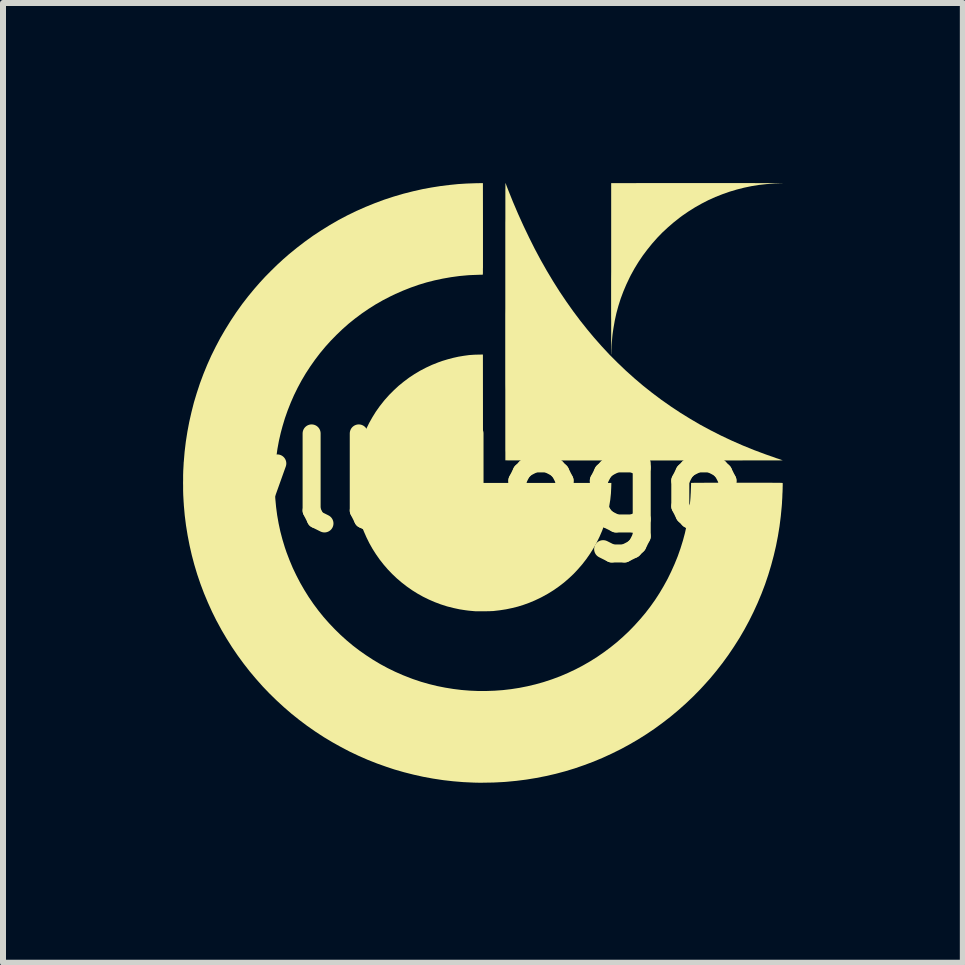
<source format=kicad_pcb>
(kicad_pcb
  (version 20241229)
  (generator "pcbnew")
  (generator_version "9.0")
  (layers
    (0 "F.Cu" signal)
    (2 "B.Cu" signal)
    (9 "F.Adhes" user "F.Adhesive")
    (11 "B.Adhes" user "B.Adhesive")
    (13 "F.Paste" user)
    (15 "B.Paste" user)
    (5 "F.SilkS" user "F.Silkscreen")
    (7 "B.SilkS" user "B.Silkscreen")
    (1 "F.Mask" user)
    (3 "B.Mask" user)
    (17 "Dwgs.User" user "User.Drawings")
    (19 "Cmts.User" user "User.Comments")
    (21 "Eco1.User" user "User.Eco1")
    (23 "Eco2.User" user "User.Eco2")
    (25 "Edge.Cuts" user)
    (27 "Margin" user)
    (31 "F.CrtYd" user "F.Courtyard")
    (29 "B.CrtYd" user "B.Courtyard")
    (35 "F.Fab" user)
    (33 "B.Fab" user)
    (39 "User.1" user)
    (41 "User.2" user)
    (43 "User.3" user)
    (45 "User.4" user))
  (footprint "vll_logo"
    (layer "F.Cu")
    (at 4.999 4.993)
    (property "Reference" "vll_logo" (at 0 0 0) (layer "F.SilkS") (effects (font (size 1.5 1.5) (thickness 0.3))))
    (attr board_only exclude_from_pos_files exclude_from_bom)
    (fp_poly (pts (xy 4.224 -4.993) (xy 4.315 -4.993) (xy 4.4 -4.993) (xy 4.479 -4.993) (xy 4.552 -4.992) (xy 4.62 -4.992) (xy 4.682 -4.992) (xy 4.738 -4.992) (xy 4.789 -4.992) (xy 4.834 -4.992) (xy 4.873 -4.992) (xy 4.906 -4.992) (xy 4.934 -4.991) (xy 4.956 -4.991) (xy 4.973 -4.991) (xy 4.984 -4.991) (xy 4.989 -4.991) (xy 4.989 -4.99) (xy 4.986 -4.989) (xy 4.978 -4.988) (xy 4.965 -4.988) (xy 4.948 -4.988) (xy 4.944 -4.988) (xy 4.907 -4.987) (xy 4.866 -4.986) (xy 4.822 -4.983) (xy 4.775 -4.98) (xy 4.729 -4.976) (xy 4.725 -4.976) (xy 4.598 -4.962) (xy 4.473 -4.942) (xy 4.349 -4.916) (xy 4.227 -4.885) (xy 4.106 -4.849) (xy 3.987 -4.807) (xy 3.87 -4.761) (xy 3.755 -4.709) (xy 3.642 -4.651) (xy 3.532 -4.589) (xy 3.425 -4.522) (xy 3.32 -4.45) (xy 3.277 -4.418) (xy 3.177 -4.339) (xy 3.081 -4.256) (xy 2.988 -4.17) (xy 2.9 -4.079) (xy 2.816 -3.984) (xy 2.737 -3.886) (xy 2.661 -3.785) (xy 2.59 -3.68) (xy 2.524 -3.572) (xy 2.463 -3.462) (xy 2.44 -3.416) (xy 2.385 -3.3) (xy 2.336 -3.184) (xy 2.292 -3.066) (xy 2.254 -2.946) (xy 2.221 -2.825) (xy 2.194 -2.702) (xy 2.172 -2.576) (xy 2.163 -2.517) (xy 2.157 -2.472) (xy 2.152 -2.424) (xy 2.148 -2.375) (xy 2.144 -2.327) (xy 2.141 -2.279) (xy 2.14 -2.235) (xy 2.139 -2.194) (xy 2.139 -2.182) (xy 2.138 -2.164) (xy 2.138 -2.15) (xy 2.137 -2.141) (xy 2.136 -2.137) (xy 2.136 -2.137) (xy 2.135 -2.14) (xy 2.135 -2.149) (xy 2.135 -2.163) (xy 2.135 -2.183) (xy 2.135 -2.208) (xy 2.134 -2.24) (xy 2.134 -2.277) (xy 2.134 -2.32) (xy 2.134 -2.368) (xy 2.134 -2.422) (xy 2.134 -2.482) (xy 2.134 -2.548) (xy 2.134 -2.619) (xy 2.134 -2.696) (xy 2.133 -2.779) (xy 2.133 -2.867) (xy 2.133 -2.961) (xy 2.133 -3.061) (xy 2.133 -3.166) (xy 2.133 -3.277) (xy 2.133 -3.394) (xy 2.134 -3.517) (xy 2.134 -3.564) (xy 2.134 -4.992) (xy 3.562 -4.993) (xy 3.686 -4.993) (xy 3.805 -4.993) (xy 3.919 -4.993) (xy 4.026 -4.993) (xy 4.128 -4.993)) (stroke (width 0) (type solid)) (fill yes) (layer "F.SilkS"))
    (fp_poly (pts (xy -0.002 -1.066) (xy -0.001 0.003) (xy 1.068 0.003) (xy 2.137 0.003) (xy 2.135 0.075) (xy 2.13 0.179) (xy 2.119 0.284) (xy 2.102 0.388) (xy 2.081 0.493) (xy 2.053 0.596) (xy 2.021 0.698) (xy 1.983 0.8) (xy 1.94 0.9) (xy 1.892 0.998) (xy 1.839 1.092) (xy 1.781 1.184) (xy 1.719 1.273) (xy 1.653 1.358) (xy 1.582 1.44) (xy 1.508 1.519) (xy 1.429 1.593) (xy 1.347 1.664) (xy 1.261 1.73) (xy 1.172 1.792) (xy 1.08 1.849) (xy 0.984 1.902) (xy 0.955 1.917) (xy 0.862 1.961) (xy 0.769 2) (xy 0.675 2.034) (xy 0.579 2.064) (xy 0.482 2.088) (xy 0.382 2.109) (xy 0.279 2.125) (xy 0.175 2.137) (xy 0.167 2.138) (xy 0.153 2.138) (xy 0.136 2.139) (xy 0.115 2.14) (xy 0.091 2.14) (xy 0.066 2.141) (xy 0.039 2.141) (xy 0.012 2.141) (xy -0.014 2.142) (xy -0.039 2.142) (xy -0.063 2.142) (xy -0.084 2.142) (xy -0.102 2.142) (xy -0.115 2.142) (xy -0.124 2.141) (xy -0.126 2.141) (xy -0.133 2.141) (xy -0.144 2.14) (xy -0.158 2.139) (xy -0.174 2.137) (xy -0.178 2.137) (xy -0.212 2.134) (xy -0.25 2.13) (xy -0.289 2.125) (xy -0.329 2.119) (xy -0.367 2.113) (xy -0.388 2.11) (xy -0.495 2.087) (xy -0.601 2.06) (xy -0.704 2.027) (xy -0.805 1.989) (xy -0.904 1.946) (xy -1 1.899) (xy -1.093 1.847) (xy -1.184 1.79) (xy -1.271 1.729) (xy -1.355 1.664) (xy -1.436 1.595) (xy -1.513 1.522) (xy -1.587 1.445) (xy -1.657 1.364) (xy -1.723 1.28) (xy -1.784 1.193) (xy -1.842 1.102) (xy -1.895 1.008) (xy -1.943 0.911) (xy -1.987 0.811) (xy -2.026 0.709) (xy -2.036 0.679) (xy -2.067 0.58) (xy -2.092 0.48) (xy -2.112 0.381) (xy -2.128 0.28) (xy -2.138 0.178) (xy -2.144 0.074) (xy -2.145 -0.033) (xy -2.144 -0.067) (xy -2.138 -0.175) (xy -2.127 -0.282) (xy -2.11 -0.389) (xy -2.087 -0.494) (xy -2.06 -0.598) (xy -2.027 -0.701) (xy -1.989 -0.802) (xy -1.945 -0.901) (xy -1.897 -0.998) (xy -1.844 -1.092) (xy -1.787 -1.184) (xy -1.724 -1.273) (xy -1.657 -1.358) (xy -1.639 -1.38) (xy -1.565 -1.463) (xy -1.487 -1.541) (xy -1.406 -1.616) (xy -1.321 -1.685) (xy -1.233 -1.751) (xy -1.142 -1.811) (xy -1.048 -1.867) (xy -0.95 -1.918) (xy -0.851 -1.964) (xy -0.748 -2.005) (xy -0.681 -2.029) (xy -0.591 -2.056) (xy -0.501 -2.08) (xy -0.411 -2.1) (xy -0.321 -2.115) (xy -0.233 -2.127) (xy -0.147 -2.133) (xy -0.07 -2.135) (xy -0.003 -2.136)) (stroke (width 0) (type solid)) (fill yes) (layer "F.SilkS"))
    (fp_poly (pts (xy 0.375 -4.991) (xy 0.375 -4.991) (xy 0.376 -4.987) (xy 0.379 -4.979) (xy 0.384 -4.967) (xy 0.389 -4.952) (xy 0.396 -4.934) (xy 0.404 -4.913) (xy 0.413 -4.891) (xy 0.413 -4.89) (xy 0.497 -4.681) (xy 0.584 -4.477) (xy 0.674 -4.278) (xy 0.767 -4.084) (xy 0.862 -3.894) (xy 0.961 -3.709) (xy 1.063 -3.529) (xy 1.168 -3.354) (xy 1.276 -3.183) (xy 1.388 -3.017) (xy 1.502 -2.856) (xy 1.619 -2.7) (xy 1.74 -2.548) (xy 1.846 -2.421) (xy 1.974 -2.276) (xy 2.106 -2.134) (xy 2.242 -1.998) (xy 2.38 -1.866) (xy 2.523 -1.738) (xy 2.669 -1.614) (xy 2.818 -1.496) (xy 2.971 -1.381) (xy 3.128 -1.271) (xy 3.288 -1.165) (xy 3.452 -1.064) (xy 3.619 -0.966) (xy 3.79 -0.874) (xy 3.965 -0.785) (xy 4.144 -0.701) (xy 4.326 -0.621) (xy 4.513 -0.545) (xy 4.703 -0.474) (xy 4.896 -0.406) (xy 4.9 -0.405) (xy 4.922 -0.398) (xy 4.942 -0.391) (xy 4.959 -0.385) (xy 4.974 -0.38) (xy 4.985 -0.376) (xy 4.992 -0.374) (xy 4.994 -0.373) (xy 4.991 -0.373) (xy 4.983 -0.373) (xy 4.969 -0.373) (xy 4.95 -0.372) (xy 4.926 -0.372) (xy 4.896 -0.372) (xy 4.862 -0.372) (xy 4.823 -0.372) (xy 4.78 -0.372) (xy 4.732 -0.372) (xy 4.679 -0.372) (xy 4.623 -0.372) (xy 4.562 -0.372) (xy 4.497 -0.372) (xy 4.429 -0.372) (xy 4.356 -0.372) (xy 4.281 -0.371) (xy 4.201 -0.371) (xy 4.119 -0.371) (xy 4.033 -0.371) (xy 3.944 -0.371) (xy 3.853 -0.371) (xy 3.758 -0.371) (xy 3.661 -0.371) (xy 3.562 -0.371) (xy 3.46 -0.371) (xy 3.356 -0.371) (xy 3.25 -0.371) (xy 3.142 -0.371) (xy 3.032 -0.371) (xy 2.92 -0.371) (xy 2.807 -0.371) (xy 2.693 -0.371) (xy 2.684 -0.371) (xy 2.57 -0.371) (xy 2.457 -0.371) (xy 2.345 -0.371) (xy 2.235 -0.371) (xy 2.126 -0.371) (xy 2.02 -0.371) (xy 1.916 -0.371) (xy 1.814 -0.371) (xy 1.714 -0.371) (xy 1.617 -0.371) (xy 1.522 -0.371) (xy 1.43 -0.371) (xy 1.341 -0.371) (xy 1.255 -0.371) (xy 1.172 -0.371) (xy 1.093 -0.371) (xy 1.016 -0.372) (xy 0.944 -0.372) (xy 0.875 -0.372) (xy 0.81 -0.372) (xy 0.749 -0.372) (xy 0.691 -0.372) (xy 0.639 -0.372) (xy 0.59 -0.372) (xy 0.546 -0.372) (xy 0.507 -0.372) (xy 0.472 -0.372) (xy 0.442 -0.372) (xy 0.417 -0.372) (xy 0.398 -0.373) (xy 0.384 -0.373) (xy 0.375 -0.373) (xy 0.371 -0.373) (xy 0.371 -0.373) (xy 0.371 -0.376) (xy 0.371 -0.384) (xy 0.371 -0.398) (xy 0.371 -0.417) (xy 0.371 -0.441) (xy 0.371 -0.47) (xy 0.371 -0.504) (xy 0.37 -0.542) (xy 0.37 -0.585) (xy 0.37 -0.632) (xy 0.37 -0.683) (xy 0.37 -0.738) (xy 0.37 -0.797) (xy 0.37 -0.859) (xy 0.37 -0.924) (xy 0.37 -0.993) (xy 0.37 -1.065) (xy 0.37 -1.14) (xy 0.37 -1.218) (xy 0.37 -1.298) (xy 0.37 -1.38) (xy 0.37 -1.465) (xy 0.37 -1.552) (xy 0.369 -1.641) (xy 0.369 -1.732) (xy 0.369 -1.824) (xy 0.369 -1.918) (xy 0.369 -2.013) (xy 0.369 -2.109) (xy 0.369 -2.206) (xy 0.369 -2.304) (xy 0.369 -2.403) (xy 0.369 -2.502) (xy 0.369 -2.601) (xy 0.369 -2.7) (xy 0.369 -2.8) (xy 0.37 -2.899) (xy 0.37 -2.998) (xy 0.37 -3.096) (xy 0.37 -3.194) (xy 0.37 -3.291) (xy 0.37 -3.386) (xy 0.37 -3.481) (xy 0.37 -3.574) (xy 0.37 -3.666) (xy 0.37 -3.756) (xy 0.37 -3.844) (xy 0.37 -3.931) (xy 0.37 -4.015) (xy 0.37 -4.097) (xy 0.37 -4.176) (xy 0.37 -4.253) (xy 0.37 -4.326) (xy 0.371 -4.397) (xy 0.371 -4.465) (xy 0.371 -4.529) (xy 0.371 -4.59) (xy 0.371 -4.648) (xy 0.371 -4.701) (xy 0.371 -4.751) (xy 0.371 -4.796) (xy 0.371 -4.838) (xy 0.371 -4.874) (xy 0.372 -4.906) (xy 0.372 -4.934) (xy 0.372 -4.956) (xy 0.372 -4.973) (xy 0.372 -4.985) (xy 0.372 -4.992) (xy 0.372 -4.993)) (stroke (width 0) (type solid)) (fill yes) (layer "F.SilkS"))
    (fp_poly (pts (xy -0.002 -4.229) (xy -0.002 -4.149) (xy -0.002 -4.074) (xy -0.002 -4.004) (xy -0.002 -3.939) (xy -0.002 -3.88) (xy -0.002 -3.825) (xy -0.002 -3.775) (xy -0.002 -3.729) (xy -0.002 -3.688) (xy -0.002 -3.651) (xy -0.002 -3.618) (xy -0.002 -3.589) (xy -0.003 -3.563) (xy -0.003 -3.541) (xy -0.003 -3.522) (xy -0.003 -3.506) (xy -0.003 -3.493) (xy -0.004 -3.483) (xy -0.004 -3.475) (xy -0.004 -3.47) (xy -0.005 -3.467) (xy -0.005 -3.467) (xy -0.021 -3.466) (xy -0.041 -3.466) (xy -0.064 -3.465) (xy -0.09 -3.464) (xy -0.117 -3.463) (xy -0.145 -3.462) (xy -0.172 -3.461) (xy -0.198 -3.46) (xy -0.22 -3.459) (xy -0.239 -3.458) (xy -0.253 -3.457) (xy -0.394 -3.444) (xy -0.534 -3.425) (xy -0.671 -3.401) (xy -0.807 -3.372) (xy -0.941 -3.338) (xy -1.073 -3.298) (xy -1.204 -3.252) (xy -1.333 -3.201) (xy -1.461 -3.145) (xy -1.546 -3.104) (xy -1.67 -3.04) (xy -1.791 -2.971) (xy -1.908 -2.897) (xy -2.022 -2.819) (xy -2.133 -2.736) (xy -2.24 -2.65) (xy -2.343 -2.559) (xy -2.442 -2.464) (xy -2.538 -2.366) (xy -2.63 -2.264) (xy -2.717 -2.159) (xy -2.8 -2.05) (xy -2.879 -1.938) (xy -2.954 -1.823) (xy -3.024 -1.705) (xy -3.089 -1.584) (xy -3.15 -1.46) (xy -3.205 -1.334) (xy -3.256 -1.205) (xy -3.302 -1.074) (xy -3.342 -0.941) (xy -3.371 -0.833) (xy -3.402 -0.698) (xy -3.427 -0.562) (xy -3.446 -0.424) (xy -3.46 -0.287) (xy -3.469 -0.148) (xy -3.472 -0.01) (xy -3.47 0.129) (xy -3.462 0.267) (xy -3.449 0.405) (xy -3.431 0.542) (xy -3.407 0.678) (xy -3.378 0.813) (xy -3.343 0.946) (xy -3.303 1.078) (xy -3.275 1.16) (xy -3.225 1.291) (xy -3.171 1.42) (xy -3.111 1.545) (xy -3.047 1.668) (xy -2.978 1.788) (xy -2.905 1.905) (xy -2.827 2.019) (xy -2.745 2.129) (xy -2.659 2.236) (xy -2.568 2.339) (xy -2.474 2.438) (xy -2.376 2.534) (xy -2.274 2.626) (xy -2.169 2.714) (xy -2.06 2.797) (xy -1.947 2.876) (xy -1.832 2.951) (xy -1.713 3.022) (xy -1.591 3.088) (xy -1.466 3.149) (xy -1.339 3.205) (xy -1.209 3.256) (xy -1.166 3.272) (xy -1.035 3.316) (xy -0.902 3.354) (xy -0.768 3.387) (xy -0.632 3.414) (xy -0.496 3.436) (xy -0.359 3.453) (xy -0.222 3.464) (xy -0.084 3.47) (xy 0.054 3.47) (xy 0.192 3.465) (xy 0.33 3.455) (xy 0.467 3.439) (xy 0.603 3.418) (xy 0.739 3.391) (xy 0.873 3.359) (xy 1.006 3.322) (xy 1.137 3.279) (xy 1.157 3.272) (xy 1.288 3.223) (xy 1.416 3.168) (xy 1.541 3.109) (xy 1.663 3.045) (xy 1.783 2.976) (xy 1.899 2.903) (xy 2.012 2.825) (xy 2.121 2.744) (xy 2.228 2.658) (xy 2.33 2.568) (xy 2.429 2.475) (xy 2.524 2.377) (xy 2.615 2.276) (xy 2.703 2.172) (xy 2.786 2.064) (xy 2.865 1.953) (xy 2.939 1.839) (xy 3.009 1.721) (xy 3.075 1.601) (xy 3.135 1.478) (xy 3.191 1.353) (xy 3.243 1.225) (xy 3.289 1.094) (xy 3.33 0.962) (xy 3.363 0.839) (xy 3.392 0.707) (xy 3.417 0.573) (xy 3.437 0.438) (xy 3.451 0.3) (xy 3.455 0.251) (xy 3.456 0.236) (xy 3.457 0.217) (xy 3.458 0.194) (xy 3.46 0.168) (xy 3.461 0.141) (xy 3.462 0.113) (xy 3.463 0.086) (xy 3.464 0.06) (xy 3.465 0.037) (xy 3.465 0.017) (xy 3.465 0.004) (xy 3.466 0.003) (xy 3.469 0.003) (xy 3.475 0.003) (xy 3.483 0.002) (xy 3.493 0.002) (xy 3.506 0.002) (xy 3.523 0.001) (xy 3.542 0.001) (xy 3.565 0.001) (xy 3.591 0.001) (xy 3.621 0.001) (xy 3.655 0.001) (xy 3.693 0.000446) (xy 3.735 0.000342) (xy 3.781 0.000254) (xy 3.832 0.00018) (xy 3.887 0.00012) (xy 3.948 0.000073) (xy 4.013 0.000039) (xy 4.084 0.000015) (xy 4.16 0.000002) (xy 4.227 -0.000001) (xy 4.306 0.000001) (xy 4.378 0.000008) (xy 4.446 0.000021) (xy 4.508 0.000041) (xy 4.566 0.000069) (xy 4.619 0.000107) (xy 4.667 0.000156) (xy 4.711 0.000216) (xy 4.751 0.00029) (xy 4.787 0.000378) (xy 4.819 0.000482) (xy 4.847 0.001) (xy 4.873 0.001) (xy 4.895 0.001) (xy 4.914 0.001) (xy 4.931 0.001) (xy 4.945 0.001) (xy 4.957 0.002) (xy 4.966 0.002) (xy 4.974 0.002) (xy 4.98 0.003) (xy 4.984 0.003) (xy 4.988 0.003) (xy 4.99 0.004) (xy 4.991 0.004) (xy 4.991 0.005) (xy 4.992 0.009) (xy 4.992 0.019) (xy 4.992 0.034) (xy 4.992 0.053) (xy 4.991 0.075) (xy 4.991 0.1) (xy 4.99 0.127) (xy 4.989 0.156) (xy 4.987 0.187) (xy 4.986 0.218) (xy 4.985 0.25) (xy 4.983 0.281) (xy 4.981 0.311) (xy 4.98 0.34) (xy 4.978 0.366) (xy 4.976 0.391) (xy 4.976 0.391) (xy 4.96 0.558) (xy 4.939 0.725) (xy 4.912 0.89) (xy 4.88 1.054) (xy 4.842 1.216) (xy 4.799 1.377) (xy 4.751 1.536) (xy 4.698 1.693) (xy 4.639 1.848) (xy 4.575 2.001) (xy 4.506 2.152) (xy 4.432 2.301) (xy 4.353 2.447) (xy 4.269 2.591) (xy 4.18 2.731) (xy 4.087 2.869) (xy 3.988 3.005) (xy 3.885 3.137) (xy 3.778 3.266) (xy 3.665 3.391) (xy 3.616 3.444) (xy 3.498 3.564) (xy 3.376 3.68) (xy 3.251 3.791) (xy 3.123 3.898) (xy 2.991 4) (xy 2.857 4.098) (xy 2.719 4.191) (xy 2.579 4.279) (xy 2.436 4.362) (xy 2.29 4.441) (xy 2.142 4.514) (xy 1.992 4.583) (xy 1.839 4.647) (xy 1.684 4.705) (xy 1.528 4.759) (xy 1.37 4.807) (xy 1.209 4.85) (xy 1.048 4.887) (xy 0.885 4.919) (xy 0.72 4.946) (xy 0.555 4.967) (xy 0.388 4.983) (xy 0.347 4.986) (xy 0.291 4.989) (xy 0.232 4.992) (xy 0.171 4.995) (xy 0.109 4.996) (xy 0.047 4.997) (xy -0.014 4.998) (xy -0.072 4.998) (xy -0.126 4.997) (xy -0.16 4.996) (xy -0.33 4.988) (xy -0.499 4.974) (xy -0.666 4.955) (xy -0.831 4.93) (xy -0.995 4.9) (xy -1.157 4.864) (xy -1.319 4.823) (xy -1.479 4.777) (xy -1.606 4.735) (xy -1.764 4.679) (xy -1.919 4.618) (xy -2.072 4.551) (xy -2.222 4.48) (xy -2.369 4.403) (xy -2.514 4.322) (xy -2.656 4.237) (xy -2.795 4.146) (xy -2.93 4.052) (xy -3.063 3.952) (xy -3.192 3.849) (xy -3.317 3.741) (xy -3.439 3.629) (xy -3.557 3.514) (xy -3.672 3.394) (xy -3.782 3.27) (xy -3.889 3.143) (xy -3.991 3.012) (xy -4.089 2.878) (xy -4.183 2.74) (xy -4.272 2.599) (xy -4.357 2.455) (xy -4.437 2.307) (xy -4.441 2.301) (xy -4.516 2.15) (xy -4.585 1.997) (xy -4.65 1.842) (xy -4.709 1.686) (xy -4.763 1.527) (xy -4.811 1.367) (xy -4.854 1.205) (xy -4.891 1.042) (xy -4.923 0.877) (xy -4.95 0.711) (xy -4.971 0.544) (xy -4.986 0.376) (xy -4.987 0.354) (xy -4.99 0.314) (xy -4.992 0.277) (xy -4.994 0.241) (xy -4.996 0.206) (xy -4.997 0.171) (xy -4.998 0.134) (xy -4.998 0.095) (xy -4.998 0.052) (xy -4.999 0.005) (xy -4.999 0.003) (xy -4.998 -0.045) (xy -4.998 -0.088) (xy -4.998 -0.127) (xy -4.997 -0.164) (xy -4.996 -0.199) (xy -4.994 -0.234) (xy -4.992 -0.269) (xy -4.99 -0.306) (xy -4.988 -0.346) (xy -4.987 -0.348) (xy -4.973 -0.516) (xy -4.953 -0.683) (xy -4.927 -0.849) (xy -4.896 -1.013) (xy -4.859 -1.176) (xy -4.818 -1.338) (xy -4.77 -1.497) (xy -4.718 -1.655) (xy -4.66 -1.811) (xy -4.597 -1.965) (xy -4.529 -2.117) (xy -4.455 -2.266) (xy -4.377 -2.414) (xy -4.293 -2.558) (xy -4.205 -2.7) (xy -4.112 -2.84) (xy -4.014 -2.977) (xy -3.911 -3.11) (xy -3.812 -3.23) (xy -3.723 -3.332) (xy -3.63 -3.433) (xy -3.532 -3.532) (xy -3.432 -3.63) (xy -3.331 -3.723) (xy -3.237 -3.805) (xy -3.106 -3.912) (xy -2.972 -4.015) (xy -2.836 -4.113) (xy -2.696 -4.205) (xy -2.554 -4.293) (xy -2.409 -4.377) (xy -2.261 -4.455) (xy -2.111 -4.528) (xy -1.959 -4.595) (xy -1.804 -4.658) (xy -1.648 -4.716) (xy -1.489 -4.768) (xy -1.329 -4.815) (xy -1.167 -4.856) (xy -1.003 -4.893) (xy -0.855 -4.92) (xy -0.709 -4.943) (xy -0.563 -4.961) (xy -0.417 -4.976) (xy -0.273 -4.985) (xy -0.13 -4.99) (xy -0.083 -4.991) (xy -0.003 -4.992)) (stroke (width 0) (type solid)) (fill yes) (layer "F.SilkS")))
  (gr_rect
    (start -3 -3)
    (end 12.992 12.991)
    (stroke (width 0.1) (type default))
    (fill no)
    (layer "Edge.Cuts")))
</source>
